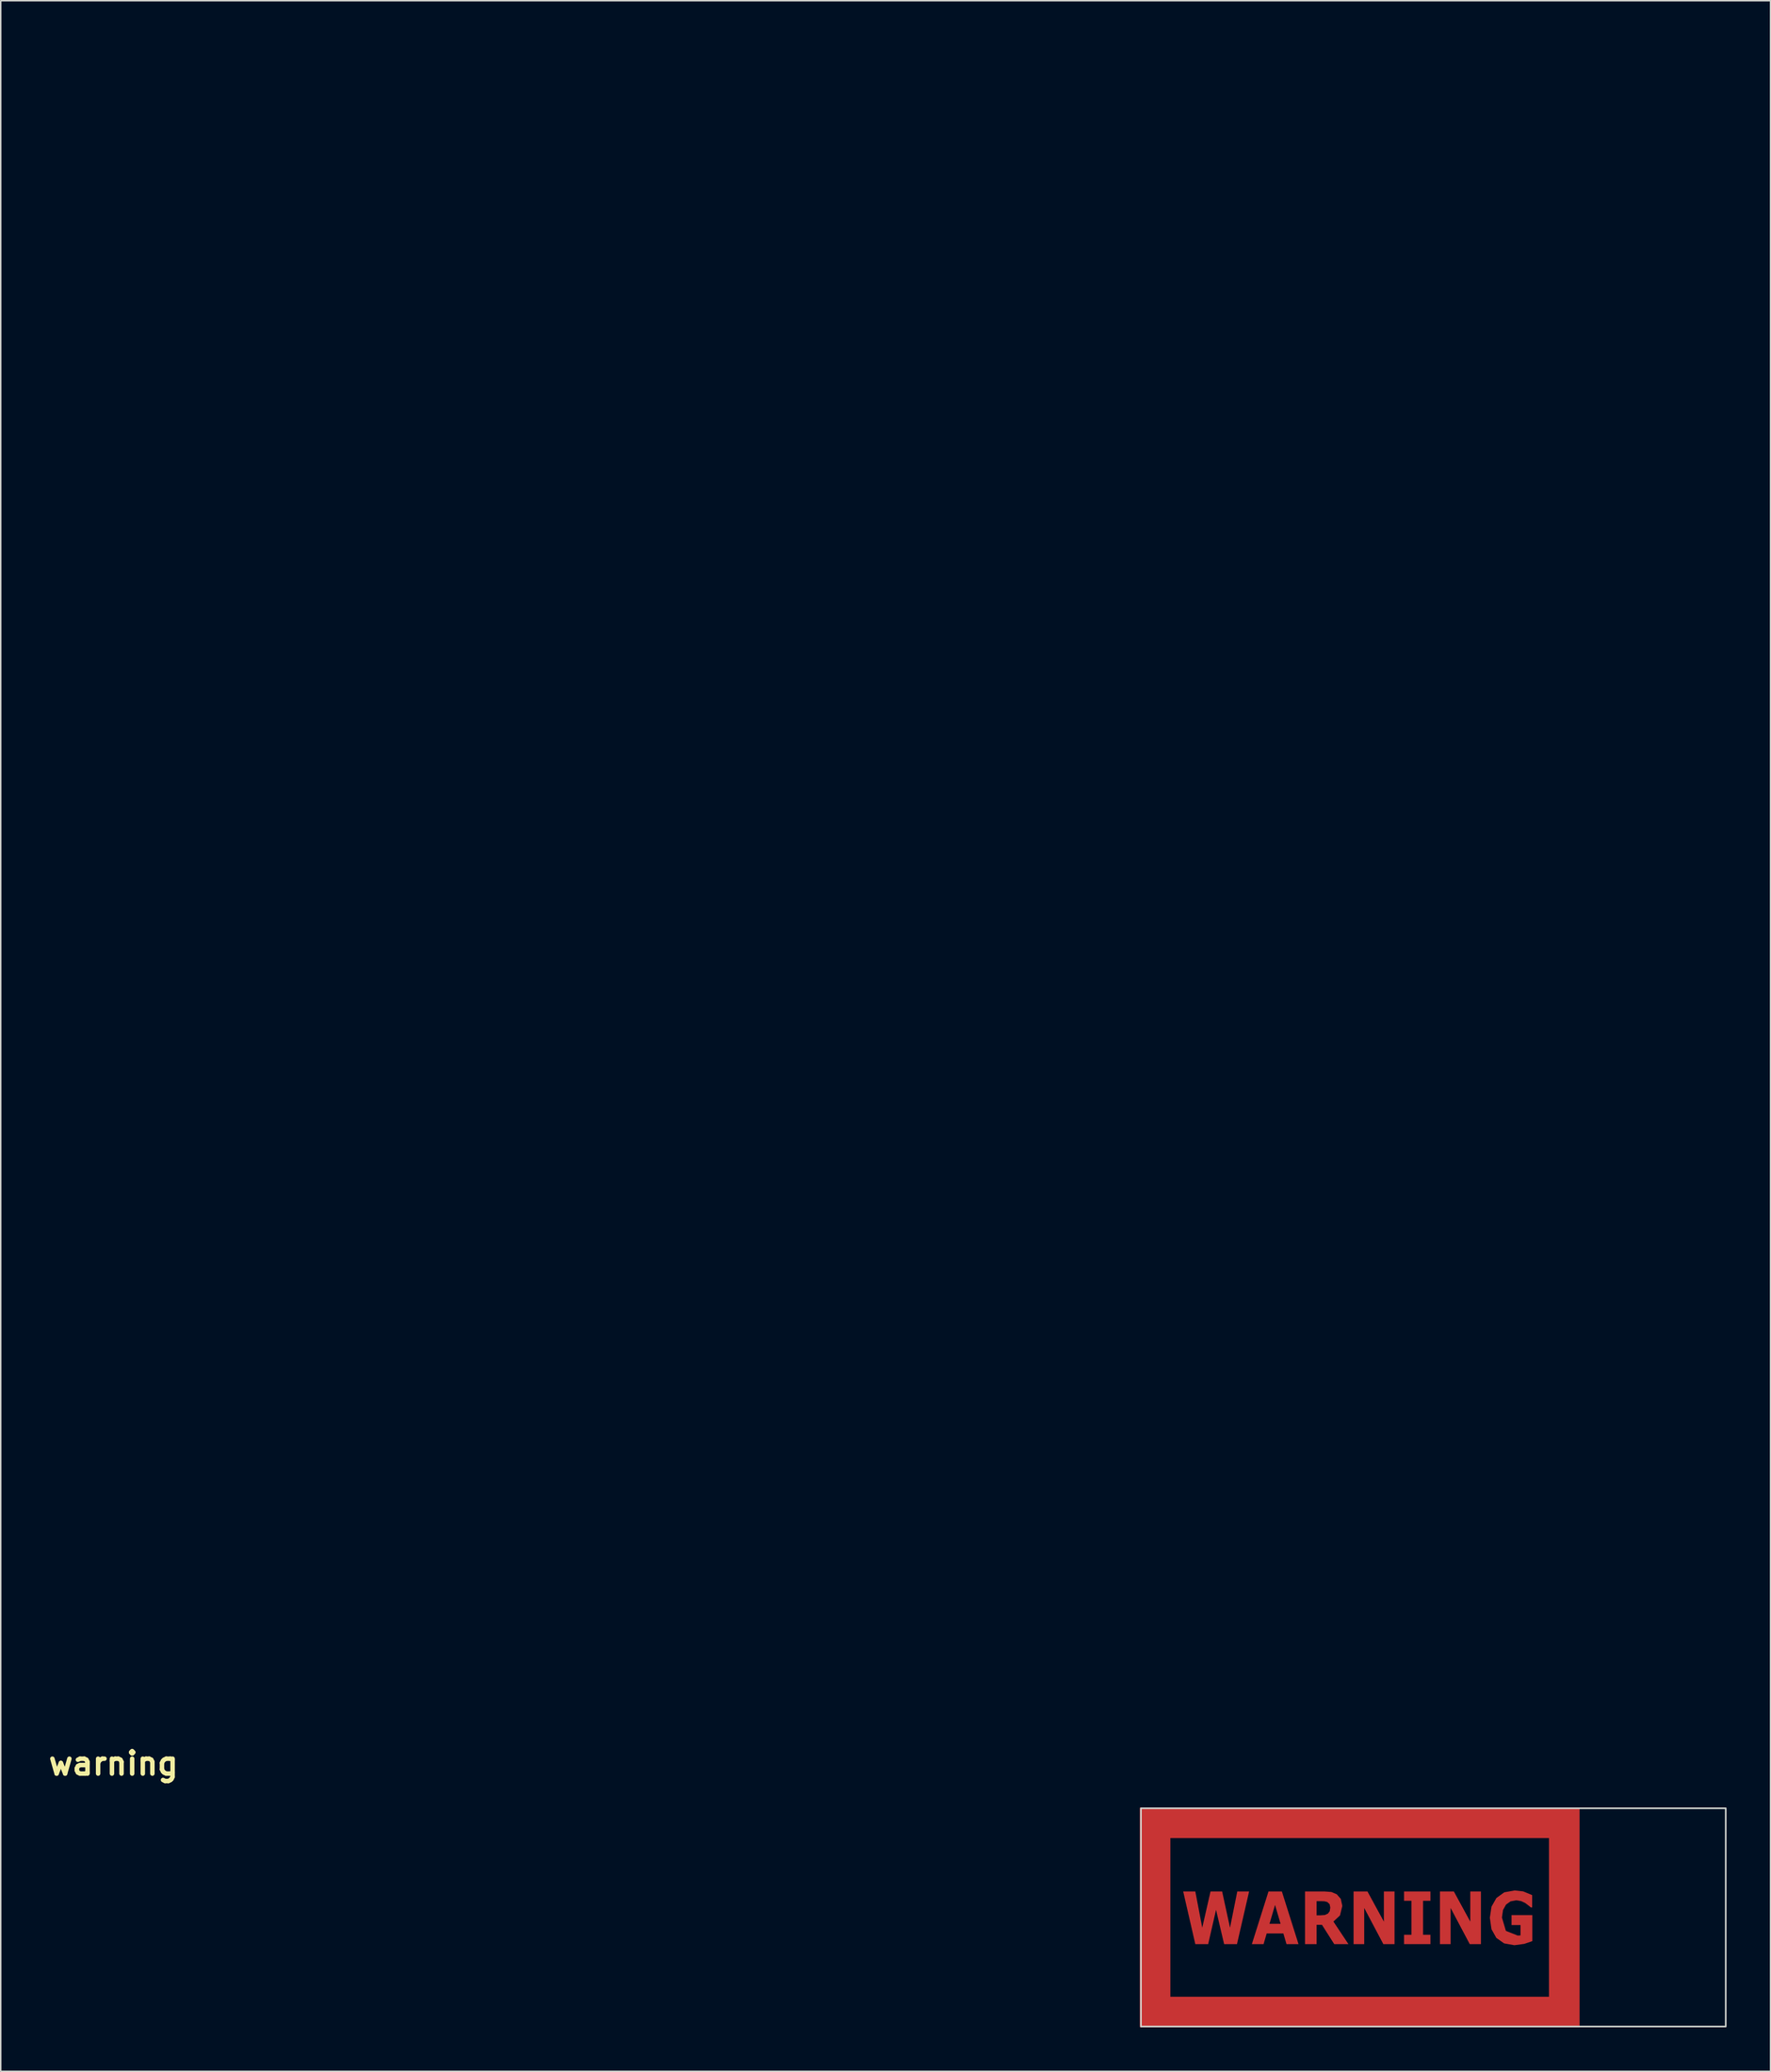
<source format=kicad_pcb>
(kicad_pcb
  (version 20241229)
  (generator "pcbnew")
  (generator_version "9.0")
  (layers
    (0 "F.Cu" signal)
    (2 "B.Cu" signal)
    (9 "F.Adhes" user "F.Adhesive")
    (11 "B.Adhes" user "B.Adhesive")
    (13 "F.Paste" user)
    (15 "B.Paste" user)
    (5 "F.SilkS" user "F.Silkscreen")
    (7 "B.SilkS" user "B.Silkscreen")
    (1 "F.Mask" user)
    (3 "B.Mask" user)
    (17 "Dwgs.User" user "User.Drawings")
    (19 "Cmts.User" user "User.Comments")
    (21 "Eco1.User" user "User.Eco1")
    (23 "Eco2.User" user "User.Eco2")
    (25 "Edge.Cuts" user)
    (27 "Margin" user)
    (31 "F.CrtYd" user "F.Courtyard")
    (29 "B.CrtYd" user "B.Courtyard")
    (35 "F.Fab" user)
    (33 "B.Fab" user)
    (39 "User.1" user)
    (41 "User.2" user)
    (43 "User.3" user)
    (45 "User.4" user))
  (footprint "warning"
    (layer "F.Cu")
    (at 4.695 0.25)
    (property "Reference" "warning" (at 0 117 0) (layer "F.SilkS") (effects (font (size 1.524 1.524) (thickness 0.305))))
    (attr exclude_from_pos_files exclude_from_bom)
    (fp_poly (pts (xy 87.378 129.322) (xy 86.615 129.322) (xy 85.31 126.857) (xy 85.31 129.322) (xy 84.584 129.322) (xy 84.584 125.731) (xy 85.531 125.731) (xy 86.652 127.788) (xy 86.652 125.731) (xy 87.378 125.731) (xy 87.378 129.322)) (stroke (width 0) (type solid)) (fill yes) (layer "F.Cu"))
    (fp_poly (pts (xy 93.272 129.322) (xy 92.508 129.322) (xy 91.204 126.857) (xy 91.204 129.322) (xy 90.478 129.322) (xy 90.478 125.731) (xy 91.425 125.731) (xy 92.545 127.788) (xy 92.545 125.731) (xy 93.272 125.731) (xy 93.272 129.322)) (stroke (width 0) (type solid)) (fill yes) (layer "F.Cu"))
    (fp_poly (pts (xy 70.048 120.048) (xy 70.048 134.952) (xy 97.961 134.952) (xy 97.961 132.961) (xy 72.038 132.961) (xy 72.038 122.039) (xy 97.961 122.039) (xy 97.961 132.961) (xy 97.961 134.952) (xy 99.952 134.952) (xy 99.952 120.048) (xy 70.048 120.048)) (stroke (width 0.096) (type solid)) (fill yes) (layer "F.Cu"))
    (fp_poly (pts (xy 89.827 129.322) (xy 88.028 129.322) (xy 88.028 128.685) (xy 88.532 128.685) (xy 88.532 126.367) (xy 88.028 126.367) (xy 88.028 125.731) (xy 89.827 125.731) (xy 89.827 126.367) (xy 89.324 126.367) (xy 89.324 128.685) (xy 89.827 128.685) (xy 89.827 129.322)) (stroke (width 0) (type solid)) (fill yes) (layer "F.Cu"))
    (fp_poly (pts (xy 77.458 125.731) (xy 76.631 129.322) (xy 75.754 129.322) (xy 75.203 126.982) (xy 74.666 129.322) (xy 73.789 129.322) (xy 72.962 125.731) (xy 73.789 125.731) (xy 74.262 128.203) (xy 74.827 125.731) (xy 75.618 125.731) (xy 76.156 128.203) (xy 76.652 125.731) (xy 77.458 125.731)) (stroke (width 0) (type solid)) (fill yes) (layer "F.Cu"))
    (fp_poly (pts (xy 80.828 129.322) (xy 80.009 129.322) (xy 79.796 128.596) (xy 79.605 128.596) (xy 79.605 127.937) (xy 79.227 126.65) (xy 78.849 127.937) (xy 79.605 127.937) (xy 79.605 128.596) (xy 78.657 128.596) (xy 78.445 129.322) (xy 77.646 129.322) (xy 78.781 125.731) (xy 79.693 125.731) (xy 80.828 129.322)) (stroke (width 0) (type solid)) (fill yes) (layer "F.Cu"))
    (fp_poly (pts (xy 84.233 129.322) (xy 83.265 129.322) (xy 82.428 128.005) (xy 82.062 128.005) (xy 82.062 129.322) (xy 82.062 129.322) (xy 82.062 127.359) (xy 82.306 127.359) (xy 82.624 127.337) (xy 82.838 127.238) (xy 82.958 127.074) (xy 82.997 126.83) (xy 82.997 126.83) (xy 82.95 126.599) (xy 82.787 126.447) (xy 82.599 126.401) (xy 82.349 126.391) (xy 82.062 126.391) (xy 82.062 127.359) (xy 82.062 129.322) (xy 81.274 129.322) (xy 81.274 125.731) (xy 82.603 125.731) (xy 83.071 125.767) (xy 83.439 125.924) (xy 83.713 126.237) (xy 83.816 126.717) (xy 83.657 127.366) (xy 83.208 127.783) (xy 84.233 129.322)) (stroke (width 0) (type solid)) (fill yes) (layer "F.Cu"))
    (fp_poly (pts (xy 96.778 129.117) (xy 96.231 129.305) (xy 95.552 129.396) (xy 94.853 129.272) (xy 94.324 128.9) (xy 93.991 128.306) (xy 93.88 127.523) (xy 93.992 126.767) (xy 94.328 126.175) (xy 94.864 125.789) (xy 95.577 125.661) (xy 96.154 125.726) (xy 96.765 125.979) (xy 96.765 126.821) (xy 96.677 126.821) (xy 96.507 126.679) (xy 96.293 126.519) (xy 96.012 126.387) (xy 95.674 126.331) (xy 95.292 126.404) (xy 94.984 126.625) (xy 94.778 126.994) (xy 94.704 127.508) (xy 94.974 128.42) (xy 95.773 128.736) (xy 95.872 128.733) (xy 95.973 128.726) (xy 95.973 128.022) (xy 95.36 128.022) (xy 95.36 127.344) (xy 96.778 127.344) (xy 96.778 129.117)) (stroke (width 0) (type solid)) (fill yes) (layer "F.Cu"))
    (fp_poly (pts (xy 79.227 126.65) (xy 78.849 127.937) (xy 79.604 127.937) (xy 79.227 126.65)) (stroke (width 0) (type solid)) (fill yes) (layer "F.Mask"))
    (fp_poly (pts (xy 82.062 126.392) (xy 82.062 127.359) (xy 82.306 127.359) (xy 82.623 127.337) (xy 82.838 127.238) (xy 82.958 127.074) (xy 82.997 126.831) (xy 82.949 126.599) (xy 82.787 126.447) (xy 82.599 126.401) (xy 82.349 126.392) (xy 82.062 126.392)) (stroke (width 0) (type solid)) (fill yes) (layer "F.Mask"))
    (fp_poly (pts (xy 72.038 122.039) (xy 72.038 132.961) (xy 76.631 132.961) (xy 76.631 129.322) (xy 75.754 129.322) (xy 75.203 126.982) (xy 74.666 129.322) (xy 73.789 129.322) (xy 72.962 125.731) (xy 73.789 125.731) (xy 74.262 128.203) (xy 74.827 125.731) (xy 75.618 125.731) (xy 76.156 128.203) (xy 76.652 125.731) (xy 77.458 125.731) (xy 76.631 129.322) (xy 76.631 132.961) (xy 80.828 132.961) (xy 80.828 129.322) (xy 80.009 129.322) (xy 79.797 128.596) (xy 78.657 128.596) (xy 78.445 129.322) (xy 77.646 129.322) (xy 78.781 125.731) (xy 79.693 125.731) (xy 80.828 129.322) (xy 80.828 132.961) (xy 84.233 132.961) (xy 84.233 129.322) (xy 83.265 129.322) (xy 82.428 128.005) (xy 82.062 128.005) (xy 82.062 129.322) (xy 81.274 129.322) (xy 81.274 125.731) (xy 82.603 125.731) (xy 83.071 125.767) (xy 83.439 125.924) (xy 83.713 126.237) (xy 83.816 126.717) (xy 83.657 127.366) (xy 83.207 127.783) (xy 84.233 129.322) (xy 84.233 132.961) (xy 87.378 132.961) (xy 87.378 129.322) (xy 86.614 129.322) (xy 85.311 126.857) (xy 85.311 129.322) (xy 84.584 129.322) (xy 84.584 125.731) (xy 85.531 125.731) (xy 86.652 127.788) (xy 86.652 125.731) (xy 87.378 125.731) (xy 87.378 129.322) (xy 87.378 132.961) (xy 89.828 132.961) (xy 89.828 129.322) (xy 88.028 129.322) (xy 88.028 128.685) (xy 88.532 128.685) (xy 88.532 126.367) (xy 88.028 126.367) (xy 88.028 125.731) (xy 89.828 125.731) (xy 89.828 126.367) (xy 89.324 126.367) (xy 89.324 128.685) (xy 89.828 128.685) (xy 89.828 129.322) (xy 89.828 132.961) (xy 93.272 132.961) (xy 93.272 129.322) (xy 92.508 129.322) (xy 91.204 126.857) (xy 91.204 129.322) (xy 90.478 129.322) (xy 90.478 125.731) (xy 91.425 125.731) (xy 92.545 127.788) (xy 92.545 125.731) (xy 93.272 125.731) (xy 93.272 129.322) (xy 93.272 132.961) (xy 95.552 132.961) (xy 95.552 129.396) (xy 94.853 129.272) (xy 94.324 128.9) (xy 93.991 128.306) (xy 93.881 127.522) (xy 93.992 126.767) (xy 94.328 126.175) (xy 94.864 125.789) (xy 95.577 125.661) (xy 96.154 125.726) (xy 96.765 125.979) (xy 96.765 126.821) (xy 96.676 126.821) (xy 96.507 126.679) (xy 96.293 126.519) (xy 96.012 126.387) (xy 95.674 126.331) (xy 95.292 126.404) (xy 94.984 126.625) (xy 94.778 126.994) (xy 94.704 127.508) (xy 94.974 128.42) (xy 95.772 128.736) (xy 95.872 128.733) (xy 95.973 128.726) (xy 95.973 128.022) (xy 95.36 128.022) (xy 95.36 127.344) (xy 96.778 127.344) (xy 96.778 129.117) (xy 96.231 129.305) (xy 95.552 129.396) (xy 95.552 132.961) (xy 97.961 132.961) (xy 97.961 122.039) (xy 72.038 122.039)) (stroke (width 0) (type solid)) (fill yes) (layer "F.Mask"))
    (fp_poly (pts (xy 70.082 120.056) (xy 70.082 134.944) (xy 109.971 134.944) (xy 109.971 120.056) (xy 70.082 120.056)) (stroke (width 0.111) (type solid)) (fill no) (layer "Edge.Cuts")))
  (gr_rect
    (start -3 -3)
    (end 117.722 138.25)
    (stroke (width 0.1) (type default))
    (fill no)
    (layer "Edge.Cuts")))
</source>
